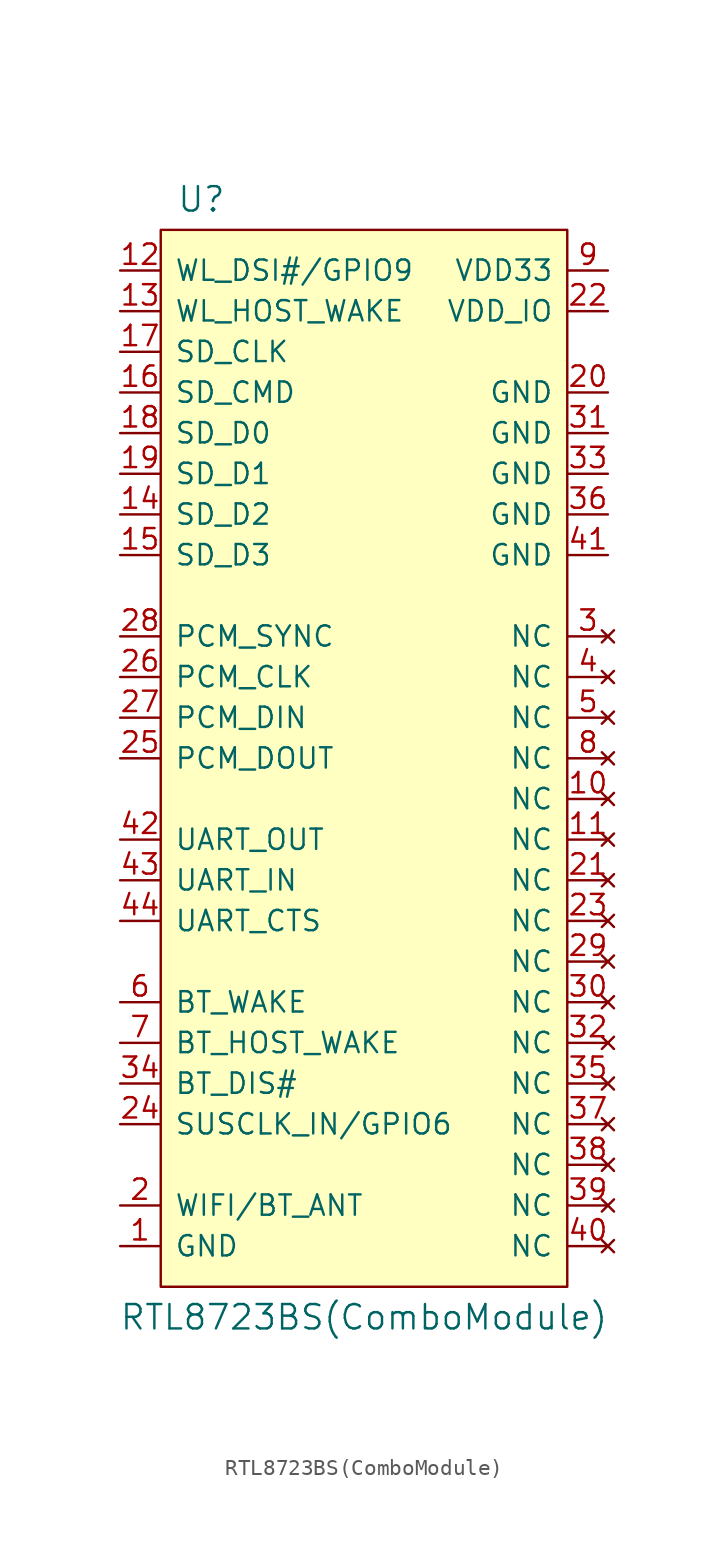
<source format=kicad_sym>
(kicad_symbol_lib
  (version 20231120)
  (generator "kicad_symbol_editor")
  (generator_version "8.0")
  (symbol "RTL8723BS(ComboModule)"
    (pin_names
      (offset 0.889))
    (property "Reference" "U"
      (at -10.16 34.925 0)
      (effects (font (size 1.524 1.524))))
    (property "Value" "RTL8723BS(ComboModule)"
      (at 0 -34.925 0)
      (effects (font (size 1.524 1.524))))
    (property "Footprint" ""
      (at 0 -5.08 0)
      (effects (font (size 1.524 1.524))))
    (property "Datasheet" ""
      (at 0 -5.08 0)
      (effects (font (size 1.524 1.524))))
    (symbol "RTL8723BS(ComboModule)_1_1"
      (rectangle (start -12.7 33.02) (end 12.7 -33.02) (stroke (width 0) (type solid)) (fill (type background)))
      (pin power_in line (at -15.24 -30.48 0) (length 2.489) (name "GND" (effects (font (size 1.27 1.27)))) (number "1" (effects (font (size 1.27 1.27)))))
      (pin no_connect line (at 15.24 -2.54 180) (length 2.489) (name "NC" (effects (font (size 1.27 1.27)))) (number "10" (effects (font (size 1.27 1.27)))))
      (pin no_connect line (at 15.24 -5.08 180) (length 2.489) (name "NC" (effects (font (size 1.27 1.27)))) (number "11" (effects (font (size 1.27 1.27)))))
      (pin bidirectional line (at -15.24 30.48 0) (length 2.489) (name "WL_DSI#/GPIO9" (effects (font (size 1.27 1.27)))) (number "12" (effects (font (size 1.27 1.27)))))
      (pin input line (at -15.24 27.94 0) (length 2.489) (name "WL_HOST_WAKE" (effects (font (size 1.27 1.27)))) (number "13" (effects (font (size 1.27 1.27)))))
      (pin bidirectional line (at -15.24 15.24 0) (length 2.489) (name "SD_D2" (effects (font (size 1.27 1.27)))) (number "14" (effects (font (size 1.27 1.27)))))
      (pin bidirectional line (at -15.24 12.7 0) (length 2.489) (name "SD_D3" (effects (font (size 1.27 1.27)))) (number "15" (effects (font (size 1.27 1.27)))))
      (pin bidirectional line (at -15.24 22.86 0) (length 2.489) (name "SD_CMD" (effects (font (size 1.27 1.27)))) (number "16" (effects (font (size 1.27 1.27)))))
      (pin input line (at -15.24 25.4 0) (length 2.489) (name "SD_CLK" (effects (font (size 1.27 1.27)))) (number "17" (effects (font (size 1.27 1.27)))))
      (pin bidirectional line (at -15.24 20.32 0) (length 2.489) (name "SD_D0" (effects (font (size 1.27 1.27)))) (number "18" (effects (font (size 1.27 1.27)))))
      (pin bidirectional line (at -15.24 17.78 0) (length 2.489) (name "SD_D1" (effects (font (size 1.27 1.27)))) (number "19" (effects (font (size 1.27 1.27)))))
      (pin bidirectional line (at -15.24 -27.94 0) (length 2.489) (name "WIFI/BT_ANT" (effects (font (size 1.27 1.27)))) (number "2" (effects (font (size 1.27 1.27)))))
      (pin power_in line (at 15.24 22.86 180) (length 2.489) (name "GND" (effects (font (size 1.27 1.27)))) (number "20" (effects (font (size 1.27 1.27)))))
      (pin no_connect line (at 15.24 -7.62 180) (length 2.489) (name "NC" (effects (font (size 1.27 1.27)))) (number "21" (effects (font (size 1.27 1.27)))))
      (pin power_in line (at 15.24 27.94 180) (length 2.489) (name "VDD_IO" (effects (font (size 1.27 1.27)))) (number "22" (effects (font (size 1.27 1.27)))))
      (pin no_connect line (at 15.24 -10.16 180) (length 2.489) (name "NC" (effects (font (size 1.27 1.27)))) (number "23" (effects (font (size 1.27 1.27)))))
      (pin bidirectional line (at -15.24 -22.86 0) (length 2.489) (name "SUSCLK_IN/GPIO6" (effects (font (size 1.27 1.27)))) (number "24" (effects (font (size 1.27 1.27)))))
      (pin output line (at -15.24 0 0) (length 2.489) (name "PCM_DOUT" (effects (font (size 1.27 1.27)))) (number "25" (effects (font (size 1.27 1.27)))))
      (pin input line (at -15.24 5.08 0) (length 2.489) (name "PCM_CLK" (effects (font (size 1.27 1.27)))) (number "26" (effects (font (size 1.27 1.27)))))
      (pin input line (at -15.24 2.54 0) (length 2.489) (name "PCM_DIN" (effects (font (size 1.27 1.27)))) (number "27" (effects (font (size 1.27 1.27)))))
      (pin input line (at -15.24 7.62 0) (length 2.489) (name "PCM_SYNC" (effects (font (size 1.27 1.27)))) (number "28" (effects (font (size 1.27 1.27)))))
      (pin no_connect line (at 15.24 -12.7 180) (length 2.489) (name "NC" (effects (font (size 1.27 1.27)))) (number "29" (effects (font (size 1.27 1.27)))))
      (pin no_connect line (at 15.24 7.62 180) (length 2.489) (name "NC" (effects (font (size 1.27 1.27)))) (number "3" (effects (font (size 1.27 1.27)))))
      (pin no_connect line (at 15.24 -15.24 180) (length 2.489) (name "NC" (effects (font (size 1.27 1.27)))) (number "30" (effects (font (size 1.27 1.27)))))
      (pin power_in line (at 15.24 20.32 180) (length 2.489) (name "GND" (effects (font (size 1.27 1.27)))) (number "31" (effects (font (size 1.27 1.27)))))
      (pin no_connect line (at 15.24 -17.78 180) (length 2.489) (name "NC" (effects (font (size 1.27 1.27)))) (number "32" (effects (font (size 1.27 1.27)))))
      (pin power_in line (at 15.24 17.78 180) (length 2.489) (name "GND" (effects (font (size 1.27 1.27)))) (number "33" (effects (font (size 1.27 1.27)))))
      (pin input line (at -15.24 -20.32 0) (length 2.489) (name "BT_DIS#" (effects (font (size 1.27 1.27)))) (number "34" (effects (font (size 1.27 1.27)))))
      (pin no_connect line (at 15.24 -20.32 180) (length 2.489) (name "NC" (effects (font (size 1.27 1.27)))) (number "35" (effects (font (size 1.27 1.27)))))
      (pin power_in line (at 15.24 15.24 180) (length 2.489) (name "GND" (effects (font (size 1.27 1.27)))) (number "36" (effects (font (size 1.27 1.27)))))
      (pin no_connect line (at 15.24 -22.86 180) (length 2.489) (name "NC" (effects (font (size 1.27 1.27)))) (number "37" (effects (font (size 1.27 1.27)))))
      (pin no_connect line (at 15.24 -25.4 180) (length 2.489) (name "NC" (effects (font (size 1.27 1.27)))) (number "38" (effects (font (size 1.27 1.27)))))
      (pin no_connect line (at 15.24 -27.94 180) (length 2.489) (name "NC" (effects (font (size 1.27 1.27)))) (number "39" (effects (font (size 1.27 1.27)))))
      (pin no_connect line (at 15.24 5.08 180) (length 2.489) (name "NC" (effects (font (size 1.27 1.27)))) (number "4" (effects (font (size 1.27 1.27)))))
      (pin no_connect line (at 15.24 -30.48 180) (length 2.489) (name "NC" (effects (font (size 1.27 1.27)))) (number "40" (effects (font (size 1.27 1.27)))))
      (pin power_in line (at 15.24 12.7 180) (length 2.489) (name "GND" (effects (font (size 1.27 1.27)))) (number "41" (effects (font (size 1.27 1.27)))))
      (pin output line (at -15.24 -5.08 0) (length 2.489) (name "UART_OUT" (effects (font (size 1.27 1.27)))) (number "42" (effects (font (size 1.27 1.27)))))
      (pin input line (at -15.24 -7.62 0) (length 2.489) (name "UART_IN" (effects (font (size 1.27 1.27)))) (number "43" (effects (font (size 1.27 1.27)))))
      (pin input line (at -15.24 -10.16 0) (length 2.489) (name "UART_CTS" (effects (font (size 1.27 1.27)))) (number "44" (effects (font (size 1.27 1.27)))))
      (pin no_connect line (at 15.24 2.54 180) (length 2.489) (name "NC" (effects (font (size 1.27 1.27)))) (number "5" (effects (font (size 1.27 1.27)))))
      (pin input line (at -15.24 -15.24 0) (length 2.489) (name "BT_WAKE" (effects (font (size 1.27 1.27)))) (number "6" (effects (font (size 1.27 1.27)))))
      (pin output line (at -15.24 -17.78 0) (length 2.489) (name "BT_HOST_WAKE" (effects (font (size 1.27 1.27)))) (number "7" (effects (font (size 1.27 1.27)))))
      (pin no_connect line (at 15.24 0 180) (length 2.489) (name "NC" (effects (font (size 1.27 1.27)))) (number "8" (effects (font (size 1.27 1.27)))))
      (pin power_in line (at 15.24 30.48 180) (length 2.489) (name "VDD33" (effects (font (size 1.27 1.27)))) (number "9" (effects (font (size 1.27 1.27))))))))
</source>
